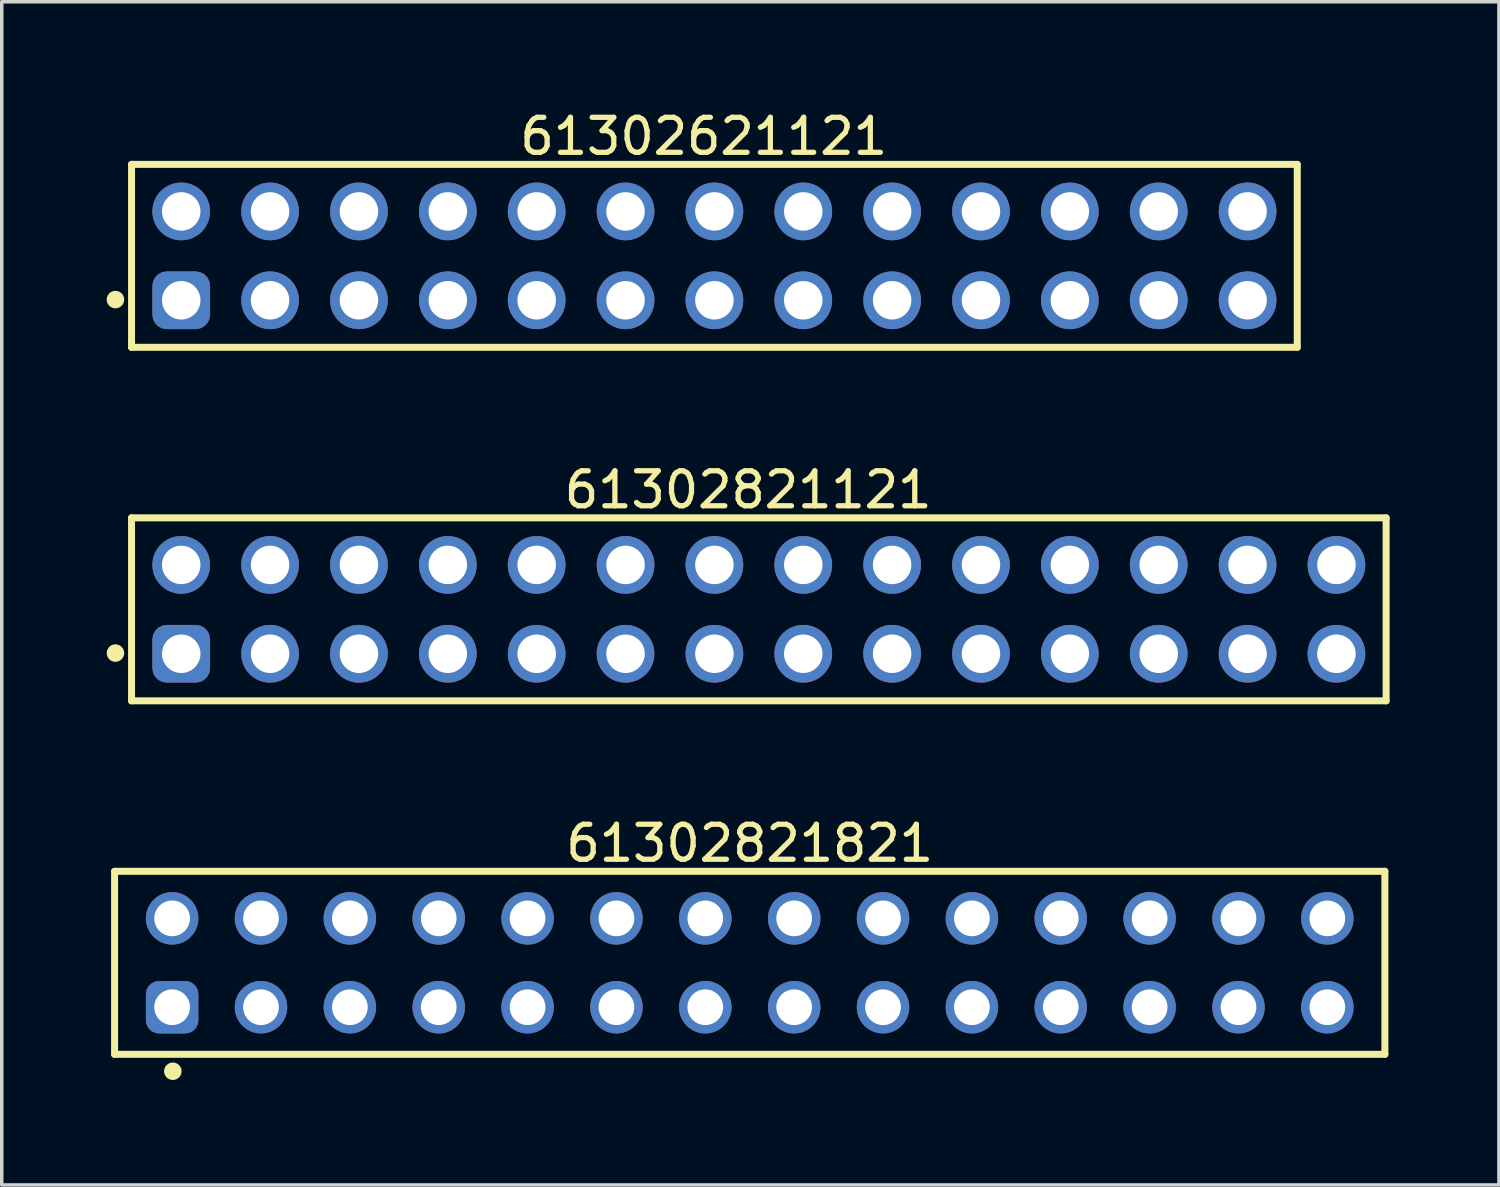
<source format=kicad_pcb>
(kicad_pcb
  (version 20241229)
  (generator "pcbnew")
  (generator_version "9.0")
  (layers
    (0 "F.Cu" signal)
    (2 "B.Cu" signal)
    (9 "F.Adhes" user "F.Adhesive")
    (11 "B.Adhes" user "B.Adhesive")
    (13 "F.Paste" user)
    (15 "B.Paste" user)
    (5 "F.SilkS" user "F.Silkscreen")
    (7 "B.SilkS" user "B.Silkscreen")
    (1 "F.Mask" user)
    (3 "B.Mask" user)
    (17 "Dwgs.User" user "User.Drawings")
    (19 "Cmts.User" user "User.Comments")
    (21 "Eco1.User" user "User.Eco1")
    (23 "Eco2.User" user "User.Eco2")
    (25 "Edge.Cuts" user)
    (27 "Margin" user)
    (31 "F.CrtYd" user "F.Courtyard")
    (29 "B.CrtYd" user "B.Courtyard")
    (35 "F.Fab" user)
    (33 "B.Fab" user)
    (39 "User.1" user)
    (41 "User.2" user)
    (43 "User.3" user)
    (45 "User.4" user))
  (footprint "61302621121"
    (layer "F.Cu")
    (at 17.37 4.263)
    (property "Reference" "61302621121" (at -0.305 -3.415 0) (layer "F.SilkS") (effects (font (size 1 1) (thickness 0.15))))
    (fp_line (start -16.66 -2.615) (end 16.66 -2.615) (stroke (width 0.2) (type solid)) (layer "F.SilkS"))
    (fp_line (start -16.66 2.615) (end -16.66 -2.615) (stroke (width 0.2) (type solid)) (layer "F.SilkS"))
    (fp_line (start -16.66 2.615) (end 16.66 2.615) (stroke (width 0.2) (type solid)) (layer "F.SilkS"))
    (fp_line (start 16.66 2.615) (end 16.66 -2.615) (stroke (width 0.2) (type solid)) (layer "F.SilkS"))
    (fp_circle (center -17.12 1.25) (end -17.12 1.125) (stroke (width 0.25) (type solid)) (fill no) (layer "F.SilkS"))
    (fp_line (start -16.86 -2.815) (end 16.86 -2.815) (stroke (width 0.05) (type solid)) (layer "Eco2.User"))
    (fp_line (start -16.86 2.815) (end -16.86 -2.815) (stroke (width 0.05) (type solid)) (layer "Eco2.User"))
    (fp_line (start -16.86 2.815) (end 16.86 2.815) (stroke (width 0.05) (type solid)) (layer "Eco2.User"))
    (fp_line (start -16.51 -2.54) (end 16.51 -2.54) (stroke (width 0.1) (type solid)) (layer "Eco2.User"))
    (fp_line (start -16.51 2.54) (end -16.51 -2.54) (stroke (width 0.1) (type solid)) (layer "Eco2.User"))
    (fp_line (start -16.51 2.54) (end 16.51 2.54) (stroke (width 0.1) (type solid)) (layer "Eco2.User"))
    (fp_line (start -0.5 0) (end 0.5 0) (stroke (width 0.05) (type solid)) (layer "Eco2.User"))
    (fp_line (start 0 0.5) (end 0 -0.5) (stroke (width 0.05) (type solid)) (layer "Eco2.User"))
    (fp_line (start 16.51 2.54) (end 16.51 -2.54) (stroke (width 0.1) (type solid)) (layer "Eco2.User"))
    (fp_line (start 16.86 2.815) (end 16.86 -2.815) (stroke (width 0.05) (type solid)) (layer "Eco2.User"))
    (fp_text user "${REFERENCE}" (at 0.15 -0.197 0) (unlocked yes) (layer "User.3") (effects (font (size 1.5 1.5) (thickness 0.15))))
    (pad "1" thru_hole roundrect (at -15.24 1.27) (size 1.65 1.65) (drill 1.1) (layers "*.Cu" "*.Mask") (roundrect_rratio 0.25))
    (pad "2" thru_hole circle (at -15.24 -1.27) (size 1.65 1.65) (drill 1.1) (layers "*.Cu" "*.Mask"))
    (pad "3" thru_hole circle (at -12.7 1.27) (size 1.65 1.65) (drill 1.1) (layers "*.Cu" "*.Mask"))
    (pad "4" thru_hole circle (at -12.7 -1.27) (size 1.65 1.65) (drill 1.1) (layers "*.Cu" "*.Mask"))
    (pad "5" thru_hole circle (at -10.16 1.27) (size 1.65 1.65) (drill 1.1) (layers "*.Cu" "*.Mask"))
    (pad "6" thru_hole circle (at -10.16 -1.27) (size 1.65 1.65) (drill 1.1) (layers "*.Cu" "*.Mask"))
    (pad "7" thru_hole circle (at -7.62 1.27) (size 1.65 1.65) (drill 1.1) (layers "*.Cu" "*.Mask"))
    (pad "8" thru_hole circle (at -7.62 -1.27) (size 1.65 1.65) (drill 1.1) (layers "*.Cu" "*.Mask"))
    (pad "9" thru_hole circle (at -5.08 1.27) (size 1.65 1.65) (drill 1.1) (layers "*.Cu" "*.Mask"))
    (pad "10" thru_hole circle (at -5.08 -1.27) (size 1.65 1.65) (drill 1.1) (layers "*.Cu" "*.Mask"))
    (pad "11" thru_hole circle (at -2.54 1.27) (size 1.65 1.65) (drill 1.1) (layers "*.Cu" "*.Mask"))
    (pad "12" thru_hole circle (at -2.54 -1.27) (size 1.65 1.65) (drill 1.1) (layers "*.Cu" "*.Mask"))
    (pad "13" thru_hole circle (at 0 1.27) (size 1.65 1.65) (drill 1.1) (layers "*.Cu" "*.Mask"))
    (pad "14" thru_hole circle (at 0 -1.27) (size 1.65 1.65) (drill 1.1) (layers "*.Cu" "*.Mask"))
    (pad "15" thru_hole circle (at 2.54 1.27) (size 1.65 1.65) (drill 1.1) (layers "*.Cu" "*.Mask"))
    (pad "16" thru_hole circle (at 2.54 -1.27) (size 1.65 1.65) (drill 1.1) (layers "*.Cu" "*.Mask"))
    (pad "17" thru_hole circle (at 5.08 1.27) (size 1.65 1.65) (drill 1.1) (layers "*.Cu" "*.Mask"))
    (pad "18" thru_hole circle (at 5.08 -1.27) (size 1.65 1.65) (drill 1.1) (layers "*.Cu" "*.Mask"))
    (pad "19" thru_hole circle (at 7.62 1.27) (size 1.65 1.65) (drill 1.1) (layers "*.Cu" "*.Mask"))
    (pad "20" thru_hole circle (at 7.62 -1.27) (size 1.65 1.65) (drill 1.1) (layers "*.Cu" "*.Mask"))
    (pad "21" thru_hole circle (at 10.16 1.27) (size 1.65 1.65) (drill 1.1) (layers "*.Cu" "*.Mask"))
    (pad "22" thru_hole circle (at 10.16 -1.27) (size 1.65 1.65) (drill 1.1) (layers "*.Cu" "*.Mask"))
    (pad "23" thru_hole circle (at 12.7 1.27) (size 1.65 1.65) (drill 1.1) (layers "*.Cu" "*.Mask"))
    (pad "24" thru_hole circle (at 12.7 -1.27) (size 1.65 1.65) (drill 1.1) (layers "*.Cu" "*.Mask"))
    (pad "25" thru_hole circle (at 15.24 1.27) (size 1.65 1.65) (drill 1.1) (layers "*.Cu" "*.Mask"))
    (pad "26" thru_hole circle (at 15.24 -1.27) (size 1.65 1.65) (drill 1.1) (layers "*.Cu" "*.Mask")))
  (footprint "61302821821"
    (layer "F.Cu")
    (at 18.38 24.47)
    (property "Reference" "61302821821" (at 0 -3.415 0) (layer "F.SilkS") (effects (font (size 1 1) (thickness 0.15))))
    (fp_line (start -18.155 -2.615) (end 18.155 -2.615) (stroke (width 0.2) (type solid)) (layer "F.SilkS"))
    (fp_line (start -18.155 2.615) (end -18.155 -2.615) (stroke (width 0.2) (type solid)) (layer "F.SilkS"))
    (fp_line (start -18.155 2.615) (end 18.155 2.615) (stroke (width 0.2) (type solid)) (layer "F.SilkS"))
    (fp_line (start 18.155 2.615) (end 18.155 -2.615) (stroke (width 0.2) (type solid)) (layer "F.SilkS"))
    (fp_circle (center -16.49 3.1) (end -16.49 2.975) (stroke (width 0.25) (type solid)) (fill no) (layer "F.SilkS"))
    (fp_line (start -18.355 -2.815) (end 18.355 -2.815) (stroke (width 0.05) (type solid)) (layer "Eco2.User"))
    (fp_line (start -18.355 2.815) (end -18.355 -2.815) (stroke (width 0.05) (type solid)) (layer "Eco2.User"))
    (fp_line (start -18.355 2.815) (end 18.355 2.815) (stroke (width 0.05) (type solid)) (layer "Eco2.User"))
    (fp_line (start -18.03 -2.54) (end 18.03 -2.54) (stroke (width 0.1) (type solid)) (layer "Eco2.User"))
    (fp_line (start -18.03 2.54) (end -18.03 -2.54) (stroke (width 0.1) (type solid)) (layer "Eco2.User"))
    (fp_line (start -18.03 2.54) (end 18.03 2.54) (stroke (width 0.1) (type solid)) (layer "Eco2.User"))
    (fp_line (start -0.5 0) (end 0.5 0) (stroke (width 0.05) (type solid)) (layer "Eco2.User"))
    (fp_line (start 0 0.5) (end 0 -0.5) (stroke (width 0.05) (type solid)) (layer "Eco2.User"))
    (fp_line (start 18.03 2.54) (end 18.03 -2.54) (stroke (width 0.1) (type solid)) (layer "Eco2.User"))
    (fp_line (start 18.355 2.815) (end 18.355 -2.815) (stroke (width 0.05) (type solid)) (layer "Eco2.User"))
    (fp_text user "${REFERENCE}" (at 0.15 -0.197 0) (unlocked yes) (layer "User.3") (effects (font (size 1.5 1.5) (thickness 0.15))))
    (pad "1" thru_hole roundrect (at -16.51 1.27) (size 1.5 1.5) (drill 1.02) (layers "*.Cu" "*.Mask") (roundrect_rratio 0.25))
    (pad "2" thru_hole circle (at -16.51 -1.27) (size 1.5 1.5) (drill 1.02) (layers "*.Cu" "*.Mask"))
    (pad "3" thru_hole circle (at -13.97 1.27) (size 1.5 1.5) (drill 1.02) (layers "*.Cu" "*.Mask"))
    (pad "4" thru_hole circle (at -13.97 -1.27) (size 1.5 1.5) (drill 1.02) (layers "*.Cu" "*.Mask"))
    (pad "5" thru_hole circle (at -11.43 1.27) (size 1.5 1.5) (drill 1.02) (layers "*.Cu" "*.Mask"))
    (pad "6" thru_hole circle (at -11.43 -1.27) (size 1.5 1.5) (drill 1.02) (layers "*.Cu" "*.Mask"))
    (pad "7" thru_hole circle (at -8.89 1.27) (size 1.5 1.5) (drill 1.02) (layers "*.Cu" "*.Mask"))
    (pad "8" thru_hole circle (at -8.89 -1.27) (size 1.5 1.5) (drill 1.02) (layers "*.Cu" "*.Mask"))
    (pad "9" thru_hole circle (at -6.35 1.27) (size 1.5 1.5) (drill 1.02) (layers "*.Cu" "*.Mask"))
    (pad "10" thru_hole circle (at -6.35 -1.27) (size 1.5 1.5) (drill 1.02) (layers "*.Cu" "*.Mask"))
    (pad "11" thru_hole circle (at -3.81 1.27) (size 1.5 1.5) (drill 1.02) (layers "*.Cu" "*.Mask"))
    (pad "12" thru_hole circle (at -3.81 -1.27) (size 1.5 1.5) (drill 1.02) (layers "*.Cu" "*.Mask"))
    (pad "13" thru_hole circle (at -1.27 1.27) (size 1.5 1.5) (drill 1.02) (layers "*.Cu" "*.Mask"))
    (pad "14" thru_hole circle (at -1.27 -1.27) (size 1.5 1.5) (drill 1.02) (layers "*.Cu" "*.Mask"))
    (pad "15" thru_hole circle (at 1.27 1.27) (size 1.5 1.5) (drill 1.02) (layers "*.Cu" "*.Mask"))
    (pad "16" thru_hole circle (at 1.27 -1.27) (size 1.5 1.5) (drill 1.02) (layers "*.Cu" "*.Mask"))
    (pad "17" thru_hole circle (at 3.81 1.27) (size 1.5 1.5) (drill 1.02) (layers "*.Cu" "*.Mask"))
    (pad "18" thru_hole circle (at 3.81 -1.27) (size 1.5 1.5) (drill 1.02) (layers "*.Cu" "*.Mask"))
    (pad "19" thru_hole circle (at 6.35 1.27) (size 1.5 1.5) (drill 1.02) (layers "*.Cu" "*.Mask"))
    (pad "20" thru_hole circle (at 6.35 -1.27) (size 1.5 1.5) (drill 1.02) (layers "*.Cu" "*.Mask"))
    (pad "21" thru_hole circle (at 8.89 1.27) (size 1.5 1.5) (drill 1.02) (layers "*.Cu" "*.Mask"))
    (pad "22" thru_hole circle (at 8.89 -1.27) (size 1.5 1.5) (drill 1.02) (layers "*.Cu" "*.Mask"))
    (pad "23" thru_hole circle (at 11.43 1.27) (size 1.5 1.5) (drill 1.02) (layers "*.Cu" "*.Mask"))
    (pad "24" thru_hole circle (at 11.43 -1.27) (size 1.5 1.5) (drill 1.02) (layers "*.Cu" "*.Mask"))
    (pad "25" thru_hole circle (at 13.97 1.27) (size 1.5 1.5) (drill 1.02) (layers "*.Cu" "*.Mask"))
    (pad "26" thru_hole circle (at 13.97 -1.27) (size 1.5 1.5) (drill 1.02) (layers "*.Cu" "*.Mask"))
    (pad "27" thru_hole circle (at 16.51 1.27) (size 1.5 1.5) (drill 1.02) (layers "*.Cu" "*.Mask"))
    (pad "28" thru_hole circle (at 16.51 -1.27) (size 1.5 1.5) (drill 1.02) (layers "*.Cu" "*.Mask")))
  (footprint "61302821121"
    (layer "F.Cu")
    (at 18.64 14.367)
    (property "Reference" "61302821121" (at -0.305 -3.415 0) (layer "F.SilkS") (effects (font (size 1 1) (thickness 0.15))))
    (fp_line (start -17.93 -2.615) (end 17.93 -2.615) (stroke (width 0.2) (type solid)) (layer "F.SilkS"))
    (fp_line (start -17.93 2.615) (end -17.93 -2.615) (stroke (width 0.2) (type solid)) (layer "F.SilkS"))
    (fp_line (start -17.93 2.615) (end 17.93 2.615) (stroke (width 0.2) (type solid)) (layer "F.SilkS"))
    (fp_line (start 17.93 2.615) (end 17.93 -2.615) (stroke (width 0.2) (type solid)) (layer "F.SilkS"))
    (fp_circle (center -18.39 1.25) (end -18.39 1.125) (stroke (width 0.25) (type solid)) (fill no) (layer "F.SilkS"))
    (fp_line (start -18.13 -2.815) (end 18.13 -2.815) (stroke (width 0.05) (type solid)) (layer "Eco2.User"))
    (fp_line (start -18.13 2.815) (end -18.13 -2.815) (stroke (width 0.05) (type solid)) (layer "Eco2.User"))
    (fp_line (start -18.13 2.815) (end 18.13 2.815) (stroke (width 0.05) (type solid)) (layer "Eco2.User"))
    (fp_line (start -17.78 -2.54) (end 17.78 -2.54) (stroke (width 0.1) (type solid)) (layer "Eco2.User"))
    (fp_line (start -17.78 2.54) (end -17.78 -2.54) (stroke (width 0.1) (type solid)) (layer "Eco2.User"))
    (fp_line (start -17.78 2.54) (end 17.78 2.54) (stroke (width 0.1) (type solid)) (layer "Eco2.User"))
    (fp_line (start -0.5 0) (end 0.5 0) (stroke (width 0.05) (type solid)) (layer "Eco2.User"))
    (fp_line (start 0 0.5) (end 0 -0.5) (stroke (width 0.05) (type solid)) (layer "Eco2.User"))
    (fp_line (start 17.78 2.54) (end 17.78 -2.54) (stroke (width 0.1) (type solid)) (layer "Eco2.User"))
    (fp_line (start 18.13 2.815) (end 18.13 -2.815) (stroke (width 0.05) (type solid)) (layer "Eco2.User"))
    (fp_text user "${REFERENCE}" (at 0.15 -0.197 0) (unlocked yes) (layer "User.3") (effects (font (size 1.5 1.5) (thickness 0.15))))
    (pad "1" thru_hole roundrect (at -16.51 1.27) (size 1.65 1.65) (drill 1.1) (layers "*.Cu" "*.Mask") (roundrect_rratio 0.25))
    (pad "2" thru_hole circle (at -16.51 -1.27) (size 1.65 1.65) (drill 1.1) (layers "*.Cu" "*.Mask"))
    (pad "3" thru_hole circle (at -13.97 1.27) (size 1.65 1.65) (drill 1.1) (layers "*.Cu" "*.Mask"))
    (pad "4" thru_hole circle (at -13.97 -1.27) (size 1.65 1.65) (drill 1.1) (layers "*.Cu" "*.Mask"))
    (pad "5" thru_hole circle (at -11.43 1.27) (size 1.65 1.65) (drill 1.1) (layers "*.Cu" "*.Mask"))
    (pad "6" thru_hole circle (at -11.43 -1.27) (size 1.65 1.65) (drill 1.1) (layers "*.Cu" "*.Mask"))
    (pad "7" thru_hole circle (at -8.89 1.27) (size 1.65 1.65) (drill 1.1) (layers "*.Cu" "*.Mask"))
    (pad "8" thru_hole circle (at -8.89 -1.27) (size 1.65 1.65) (drill 1.1) (layers "*.Cu" "*.Mask"))
    (pad "9" thru_hole circle (at -6.35 1.27) (size 1.65 1.65) (drill 1.1) (layers "*.Cu" "*.Mask"))
    (pad "10" thru_hole circle (at -6.35 -1.27) (size 1.65 1.65) (drill 1.1) (layers "*.Cu" "*.Mask"))
    (pad "11" thru_hole circle (at -3.81 1.27) (size 1.65 1.65) (drill 1.1) (layers "*.Cu" "*.Mask"))
    (pad "12" thru_hole circle (at -3.81 -1.27) (size 1.65 1.65) (drill 1.1) (layers "*.Cu" "*.Mask"))
    (pad "13" thru_hole circle (at -1.27 1.27) (size 1.65 1.65) (drill 1.1) (layers "*.Cu" "*.Mask"))
    (pad "14" thru_hole circle (at -1.27 -1.27) (size 1.65 1.65) (drill 1.1) (layers "*.Cu" "*.Mask"))
    (pad "15" thru_hole circle (at 1.27 1.27) (size 1.65 1.65) (drill 1.1) (layers "*.Cu" "*.Mask"))
    (pad "16" thru_hole circle (at 1.27 -1.27) (size 1.65 1.65) (drill 1.1) (layers "*.Cu" "*.Mask"))
    (pad "17" thru_hole circle (at 3.81 1.27) (size 1.65 1.65) (drill 1.1) (layers "*.Cu" "*.Mask"))
    (pad "18" thru_hole circle (at 3.81 -1.27) (size 1.65 1.65) (drill 1.1) (layers "*.Cu" "*.Mask"))
    (pad "19" thru_hole circle (at 6.35 1.27) (size 1.65 1.65) (drill 1.1) (layers "*.Cu" "*.Mask"))
    (pad "20" thru_hole circle (at 6.35 -1.27) (size 1.65 1.65) (drill 1.1) (layers "*.Cu" "*.Mask"))
    (pad "21" thru_hole circle (at 8.89 1.27) (size 1.65 1.65) (drill 1.1) (layers "*.Cu" "*.Mask"))
    (pad "22" thru_hole circle (at 8.89 -1.27) (size 1.65 1.65) (drill 1.1) (layers "*.Cu" "*.Mask"))
    (pad "23" thru_hole circle (at 11.43 1.27) (size 1.65 1.65) (drill 1.1) (layers "*.Cu" "*.Mask"))
    (pad "24" thru_hole circle (at 11.43 -1.27) (size 1.65 1.65) (drill 1.1) (layers "*.Cu" "*.Mask"))
    (pad "25" thru_hole circle (at 13.97 1.27) (size 1.65 1.65) (drill 1.1) (layers "*.Cu" "*.Mask"))
    (pad "26" thru_hole circle (at 13.97 -1.27) (size 1.65 1.65) (drill 1.1) (layers "*.Cu" "*.Mask"))
    (pad "27" thru_hole circle (at 16.51 1.27) (size 1.65 1.65) (drill 1.1) (layers "*.Cu" "*.Mask"))
    (pad "28" thru_hole circle (at 16.51 -1.27) (size 1.65 1.65) (drill 1.1) (layers "*.Cu" "*.Mask")))
  (gr_rect
    (start -3 -3)
    (end 39.795 30.82)
    (stroke (width 0.1) (type default))
    (fill no)
    (layer "Edge.Cuts")))
</source>
